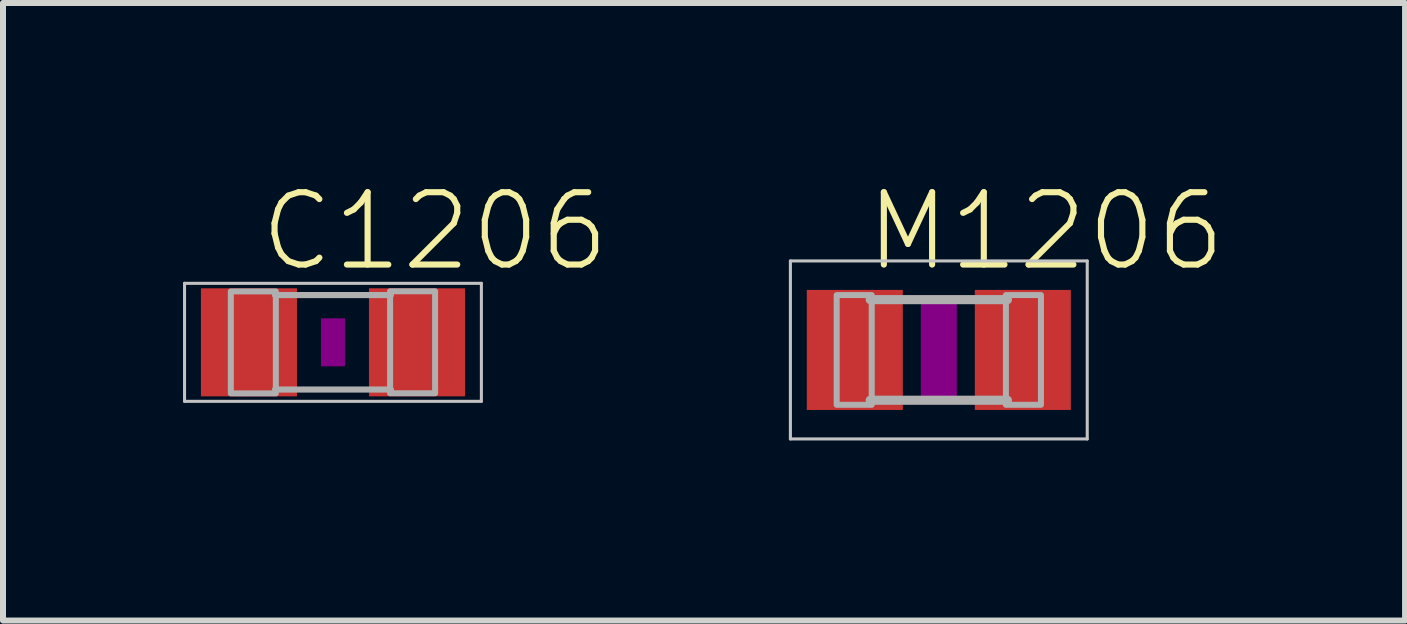
<source format=kicad_pcb>
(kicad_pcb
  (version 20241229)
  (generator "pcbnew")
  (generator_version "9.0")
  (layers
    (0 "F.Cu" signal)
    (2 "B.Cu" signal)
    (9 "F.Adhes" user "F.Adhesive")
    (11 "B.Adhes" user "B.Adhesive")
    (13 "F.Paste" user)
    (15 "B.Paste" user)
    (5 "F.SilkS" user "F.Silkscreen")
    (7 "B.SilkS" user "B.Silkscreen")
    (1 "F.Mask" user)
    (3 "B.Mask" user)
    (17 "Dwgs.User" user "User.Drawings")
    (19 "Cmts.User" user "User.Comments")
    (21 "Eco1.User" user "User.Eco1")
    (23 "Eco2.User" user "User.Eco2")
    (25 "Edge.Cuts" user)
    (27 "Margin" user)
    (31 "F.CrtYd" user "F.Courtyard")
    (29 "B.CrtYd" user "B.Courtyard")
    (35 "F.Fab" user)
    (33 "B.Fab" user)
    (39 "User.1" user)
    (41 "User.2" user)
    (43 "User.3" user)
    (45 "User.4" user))
  (footprint "M1206"
    (layer "F.Cu")
    (at 12.593 2.781)
    (property "Reference" "M1206" (at -1.27 -1.27 0) (layer "F.SilkS") (effects (font (size 1.206 1.206) (thickness 0.102)) (justify left bottom)))
    (attr through_hole)
    (fp_poly (pts (xy -0.3 0.8) (xy 0.3 0.8) (xy 0.3 -0.8) (xy -0.3 -0.8)) (stroke (width 0) (type solid)) (fill yes) (layer "F.Adhes"))
    (fp_line (start -2.473 -1.483) (end 2.473 -1.483) (stroke (width 0.051) (type solid)) (layer "Dwgs.User"))
    (fp_line (start -2.473 1.483) (end -2.473 -1.483) (stroke (width 0.051) (type solid)) (layer "Dwgs.User"))
    (fp_line (start 2.473 -1.483) (end 2.473 1.483) (stroke (width 0.051) (type solid)) (layer "Dwgs.User"))
    (fp_line (start 2.473 1.483) (end -2.473 1.483) (stroke (width 0.051) (type solid)) (layer "Dwgs.User"))
    (fp_line (start 1.143 -0.838) (end -1.143 -0.838) (stroke (width 0.152) (type solid)) (layer "F.Fab"))
    (fp_line (start 1.143 0.838) (end -1.143 0.838) (stroke (width 0.152) (type solid)) (layer "F.Fab"))
    (fp_poly (pts (xy -1.702 0.914) (xy -1.118 0.914) (xy -1.118 -0.914) (xy -1.702 -0.914)) (stroke (width 0.1) (type solid)) (fill no) (layer "F.Fab"))
    (fp_poly (pts (xy 1.118 0.914) (xy 1.702 0.914) (xy 1.702 -0.914) (xy 1.118 -0.914)) (stroke (width 0.1) (type solid)) (fill no) (layer "F.Fab"))
    (pad "1" smd rect (at -1.4 0) (size 1.6 2) (layers "F.Cu" "F.Mask" "F.Paste"))
    (pad "2" smd rect (at 1.4 0) (size 1.6 2) (layers "F.Cu" "F.Mask" "F.Paste")))
  (footprint "C1206"
    (layer "F.Cu")
    (at 2.498 2.654)
    (property "Reference" "C1206" (at -1.27 -1.143 0) (layer "F.SilkS") (effects (font (size 1.206 1.206) (thickness 0.102)) (justify left bottom)))
    (attr through_hole)
    (fp_poly (pts (xy -0.2 0.4) (xy 0.2 0.4) (xy 0.2 -0.4) (xy -0.2 -0.4)) (stroke (width 0) (type solid)) (fill yes) (layer "F.Adhes"))
    (fp_line (start -2.473 -0.983) (end 2.473 -0.983) (stroke (width 0.051) (type solid)) (layer "Dwgs.User"))
    (fp_line (start -2.473 0.983) (end -2.473 -0.983) (stroke (width 0.051) (type solid)) (layer "Dwgs.User"))
    (fp_line (start 2.473 -0.983) (end 2.473 0.983) (stroke (width 0.051) (type solid)) (layer "Dwgs.User"))
    (fp_line (start 2.473 0.983) (end -2.473 0.983) (stroke (width 0.051) (type solid)) (layer "Dwgs.User"))
    (fp_line (start -0.965 -0.787) (end 0.965 -0.787) (stroke (width 0.102) (type solid)) (layer "F.Fab"))
    (fp_line (start -0.965 0.787) (end 0.965 0.787) (stroke (width 0.102) (type solid)) (layer "F.Fab"))
    (fp_poly (pts (xy -1.702 0.851) (xy -0.952 0.851) (xy -0.952 -0.849) (xy -1.702 -0.849)) (stroke (width 0.1) (type solid)) (fill no) (layer "F.Fab"))
    (fp_poly (pts (xy 0.952 0.849) (xy 1.702 0.849) (xy 1.702 -0.851) (xy 0.952 -0.851)) (stroke (width 0.1) (type solid)) (fill no) (layer "F.Fab"))
    (pad "1" smd rect (at -1.4 0) (size 1.6 1.8) (layers "F.Cu" "F.Mask" "F.Paste"))
    (pad "2" smd rect (at 1.4 0) (size 1.6 1.8) (layers "F.Cu" "F.Mask" "F.Paste")))
  (gr_rect
    (start -3 -3)
    (end 20.362 7.29)
    (stroke (width 0.1) (type default))
    (fill no)
    (layer "Edge.Cuts")))
</source>
